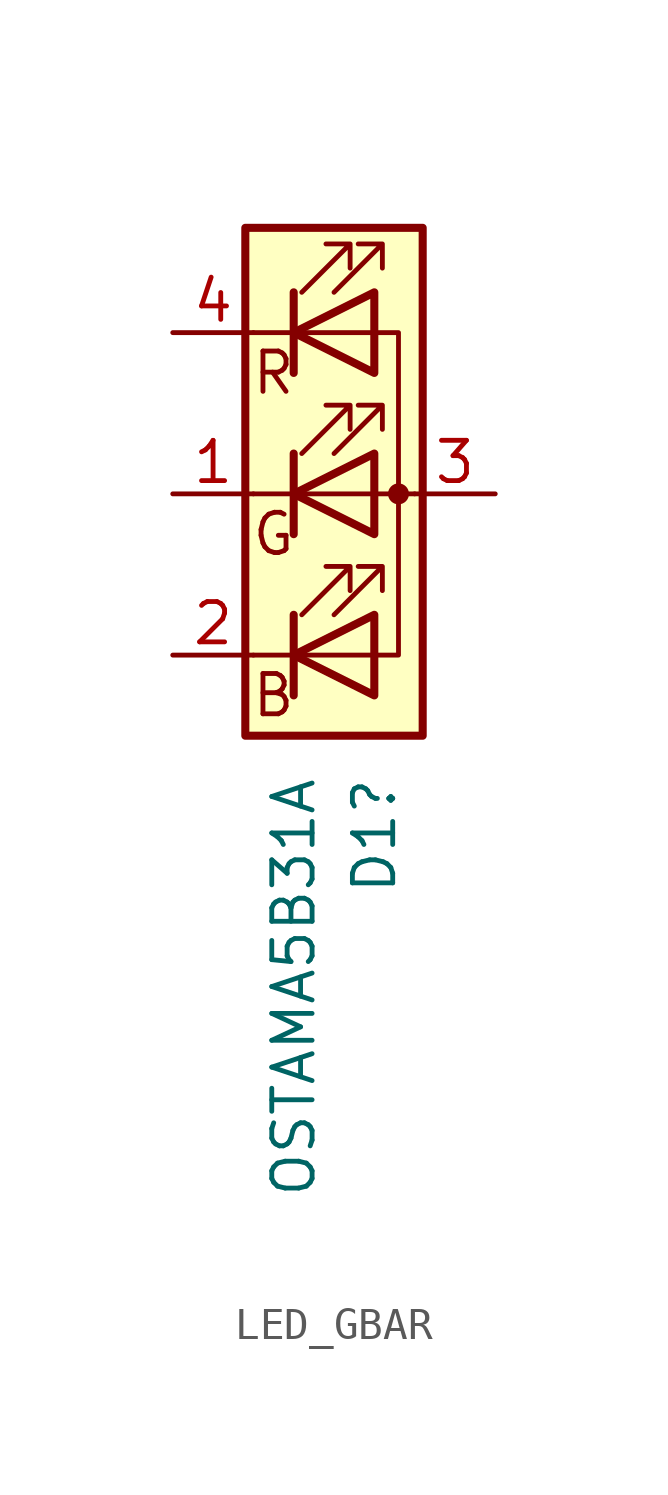
<source format=kicad_sym>
(kicad_symbol_lib
  (version 20220914)
  (generator kicad_symbol_editor)
  (symbol "LED_GBAR"
    (pin_names
      (offset 0) hide)
    (property "Reference" "D1"
      (at 1.27 -8.89 90)
      (effects (font (size 1.27 1.27)) (justify right)))
    (property "Value" "OSTAMA5B31A"
      (at -1.27 -8.89 90)
      (effects (font (size 1.27 1.27)) (justify right)))
    (symbol "LED_GBAR_0_0"
      (text "B" (at -1.905 -6.35 0) (effects (font (size 1.27 1.27))))
      (text "G" (at -1.905 -1.27 0) (effects (font (size 1.27 1.27))))
      (text "R" (at -1.905 3.81 0) (effects (font (size 1.27 1.27)))))
    (symbol "LED_GBAR_0_1"
      (polyline (pts (xy -1.27 -5.08) (xy -2.54 -5.08)) (stroke (width 0) (type default)) (fill (type none)))
      (polyline (pts (xy -1.27 -5.08) (xy 1.27 -5.08)) (stroke (width 0) (type default)) (fill (type none)))
      (polyline (pts (xy -1.27 -3.81) (xy -1.27 -6.35)) (stroke (width 0.254) (type default)) (fill (type none)))
      (polyline (pts (xy -1.27 0) (xy -2.54 0)) (stroke (width 0) (type default)) (fill (type none)))
      (polyline (pts (xy -1.27 1.27) (xy -1.27 -1.27)) (stroke (width 0.254) (type default)) (fill (type none)))
      (polyline (pts (xy -1.27 5.08) (xy -2.54 5.08)) (stroke (width 0) (type default)) (fill (type none)))
      (polyline (pts (xy -1.27 5.08) (xy 1.27 5.08)) (stroke (width 0) (type default)) (fill (type none)))
      (polyline (pts (xy -1.27 6.35) (xy -1.27 3.81)) (stroke (width 0.254) (type default)) (fill (type none)))
      (polyline (pts (xy 1.27 0) (xy -1.27 0)) (stroke (width 0) (type default)) (fill (type none)))
      (polyline (pts (xy 1.27 0) (xy 2.54 0)) (stroke (width 0) (type default)) (fill (type none)))
      (polyline (pts (xy -1.27 1.27) (xy -1.27 -1.27) (xy -1.27 -1.27)) (stroke (width 0) (type default)) (fill (type none)))
      (polyline (pts (xy -1.27 6.35) (xy -1.27 3.81) (xy -1.27 3.81)) (stroke (width 0) (type default)) (fill (type none)))
      (polyline (pts (xy 1.27 -5.08) (xy 2.032 -5.08) (xy 2.032 5.08) (xy 1.27 5.08)) (stroke (width 0) (type default)) (fill (type none)))
      (polyline (pts (xy 1.27 -3.81) (xy 1.27 -6.35) (xy -1.27 -5.08) (xy 1.27 -3.81)) (stroke (width 0.254) (type default)) (fill (type none)))
      (polyline (pts (xy 1.27 1.27) (xy 1.27 -1.27) (xy -1.27 0) (xy 1.27 1.27)) (stroke (width 0.254) (type default)) (fill (type none)))
      (polyline (pts (xy 1.27 6.35) (xy 1.27 3.81) (xy -1.27 5.08) (xy 1.27 6.35)) (stroke (width 0.254) (type default)) (fill (type none)))
      (polyline (pts (xy -1.016 -3.81) (xy 0.508 -2.286) (xy -0.254 -2.286) (xy 0.508 -2.286) (xy 0.508 -3.048)) (stroke (width 0) (type default)) (fill (type none)))
      (polyline (pts (xy -1.016 1.27) (xy 0.508 2.794) (xy -0.254 2.794) (xy 0.508 2.794) (xy 0.508 2.032)) (stroke (width 0) (type default)) (fill (type none)))
      (polyline (pts (xy -1.016 6.35) (xy 0.508 7.874) (xy -0.254 7.874) (xy 0.508 7.874) (xy 0.508 7.112)) (stroke (width 0) (type default)) (fill (type none)))
      (polyline (pts (xy 0 -3.81) (xy 1.524 -2.286) (xy 0.762 -2.286) (xy 1.524 -2.286) (xy 1.524 -3.048)) (stroke (width 0) (type default)) (fill (type none)))
      (polyline (pts (xy 0 1.27) (xy 1.524 2.794) (xy 0.762 2.794) (xy 1.524 2.794) (xy 1.524 2.032)) (stroke (width 0) (type default)) (fill (type none)))
      (polyline (pts (xy 0 6.35) (xy 1.524 7.874) (xy 0.762 7.874) (xy 1.524 7.874) (xy 1.524 7.112)) (stroke (width 0) (type default)) (fill (type none)))
      (rectangle (start 1.27 -1.27) (end 1.27 1.27) (stroke (width 0) (type default)) (fill (type none)))
      (rectangle (start 1.27 1.27) (end 1.27 1.27) (stroke (width 0) (type default)) (fill (type none)))
      (rectangle (start 1.27 3.81) (end 1.27 6.35) (stroke (width 0) (type default)) (fill (type none)))
      (rectangle (start 1.27 6.35) (end 1.27 6.35) (stroke (width 0) (type default)) (fill (type none)))
      (circle (center 2.032 0) (radius 0.254) (stroke (width 0) (type default)) (fill (type outline)))
      (rectangle (start 2.794 8.382) (end -2.794 -7.62) (stroke (width 0.254) (type default)) (fill (type background))))
    (symbol "LED_GBAR_1_1"
      (pin passive line (at -5.08 0 0) (length 2.54) (name "GK" (effects (font (size 1.27 1.27)))) (number "1" (effects (font (size 1.27 1.27)))))
      (pin passive line (at -5.08 -5.08 0) (length 2.54) (name "BK" (effects (font (size 1.27 1.27)))) (number "2" (effects (font (size 1.27 1.27)))))
      (pin power_in line (at 5.08 0 180) (length 2.54) (name "A" (effects (font (size 1.27 1.27)))) (number "3" (effects (font (size 1.27 1.27)))))
      (pin passive line (at -5.08 5.08 0) (length 2.54) (name "RK" (effects (font (size 1.27 1.27)))) (number "4" (effects (font (size 1.27 1.27))))))))
</source>
